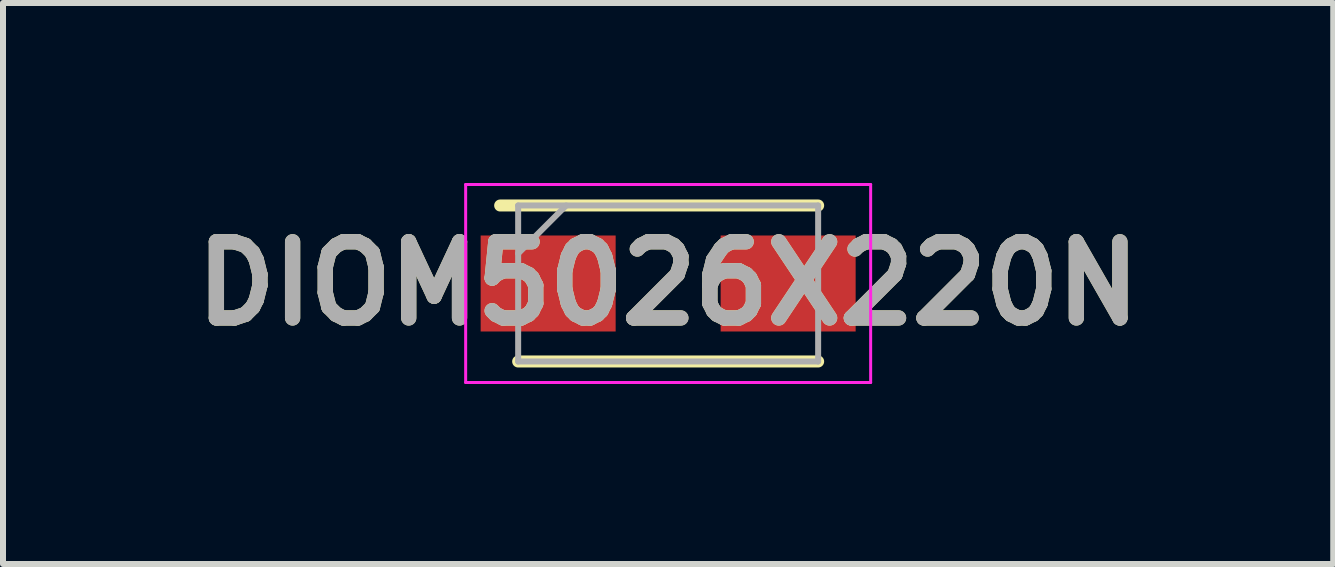
<source format=kicad_pcb>
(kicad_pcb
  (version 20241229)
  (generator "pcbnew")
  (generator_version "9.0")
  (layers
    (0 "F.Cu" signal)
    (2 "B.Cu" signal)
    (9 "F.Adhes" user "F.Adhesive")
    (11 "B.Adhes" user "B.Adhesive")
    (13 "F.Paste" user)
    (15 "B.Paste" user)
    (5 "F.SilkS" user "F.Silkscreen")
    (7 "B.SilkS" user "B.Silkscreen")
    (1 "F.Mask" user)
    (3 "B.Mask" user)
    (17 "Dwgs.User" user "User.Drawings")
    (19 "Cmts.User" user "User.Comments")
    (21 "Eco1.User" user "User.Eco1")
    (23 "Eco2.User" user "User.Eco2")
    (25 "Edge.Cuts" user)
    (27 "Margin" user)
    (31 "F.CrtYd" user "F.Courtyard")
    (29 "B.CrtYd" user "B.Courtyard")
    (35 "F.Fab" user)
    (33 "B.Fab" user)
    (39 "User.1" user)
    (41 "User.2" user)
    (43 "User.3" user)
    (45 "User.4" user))
  (footprint "DIOM5026X220N"
    (layer "F.Cu")
    (at 8.086 1.675)
    (property "Reference" "DIOM5026X220N" (at 0 0 0) (layer "F.SilkS") (effects (font (size 1.27 1.27) (thickness 0.254))))
    (attr smd)
    (fp_line (start -2.5 1.3) (end 2.5 1.3) (stroke (width 0.2) (type solid)) (layer "F.SilkS"))
    (fp_line (start 2.5 -1.3) (end -2.8 -1.3) (stroke (width 0.2) (type solid)) (layer "F.SilkS"))
    (fp_line (start -3.375 -1.65) (end 3.375 -1.65) (stroke (width 0.05) (type solid)) (layer "F.CrtYd"))
    (fp_line (start -3.375 1.65) (end -3.375 -1.65) (stroke (width 0.05) (type solid)) (layer "F.CrtYd"))
    (fp_line (start 3.375 -1.65) (end 3.375 1.65) (stroke (width 0.05) (type solid)) (layer "F.CrtYd"))
    (fp_line (start 3.375 1.65) (end -3.375 1.65) (stroke (width 0.05) (type solid)) (layer "F.CrtYd"))
    (fp_line (start -2.5 -1.3) (end 2.5 -1.3) (stroke (width 0.1) (type solid)) (layer "F.Fab"))
    (fp_line (start -2.5 -0.5) (end -1.7 -1.3) (stroke (width 0.1) (type solid)) (layer "F.Fab"))
    (fp_line (start -2.5 1.3) (end -2.5 -1.3) (stroke (width 0.1) (type solid)) (layer "F.Fab"))
    (fp_line (start 2.5 -1.3) (end 2.5 1.3) (stroke (width 0.1) (type solid)) (layer "F.Fab"))
    (fp_line (start 2.5 1.3) (end -2.5 1.3) (stroke (width 0.1) (type solid)) (layer "F.Fab"))
    (fp_text user "${REFERENCE}" (at 0 0 0) (layer "F.Fab") (effects (font (size 1.27 1.27) (thickness 0.254))))
    (pad "1" smd rect (at -2 0 90) (size 1.6 2.25) (layers "F.Cu" "F.Mask" "F.Paste"))
    (pad "2" smd rect (at 2 0 90) (size 1.6 2.25) (layers "F.Cu" "F.Mask" "F.Paste")))
  (gr_rect
    (start -3 -3)
    (end 19.171 6.35)
    (stroke (width 0.1) (type default))
    (fill no)
    (layer "Edge.Cuts")))
</source>
